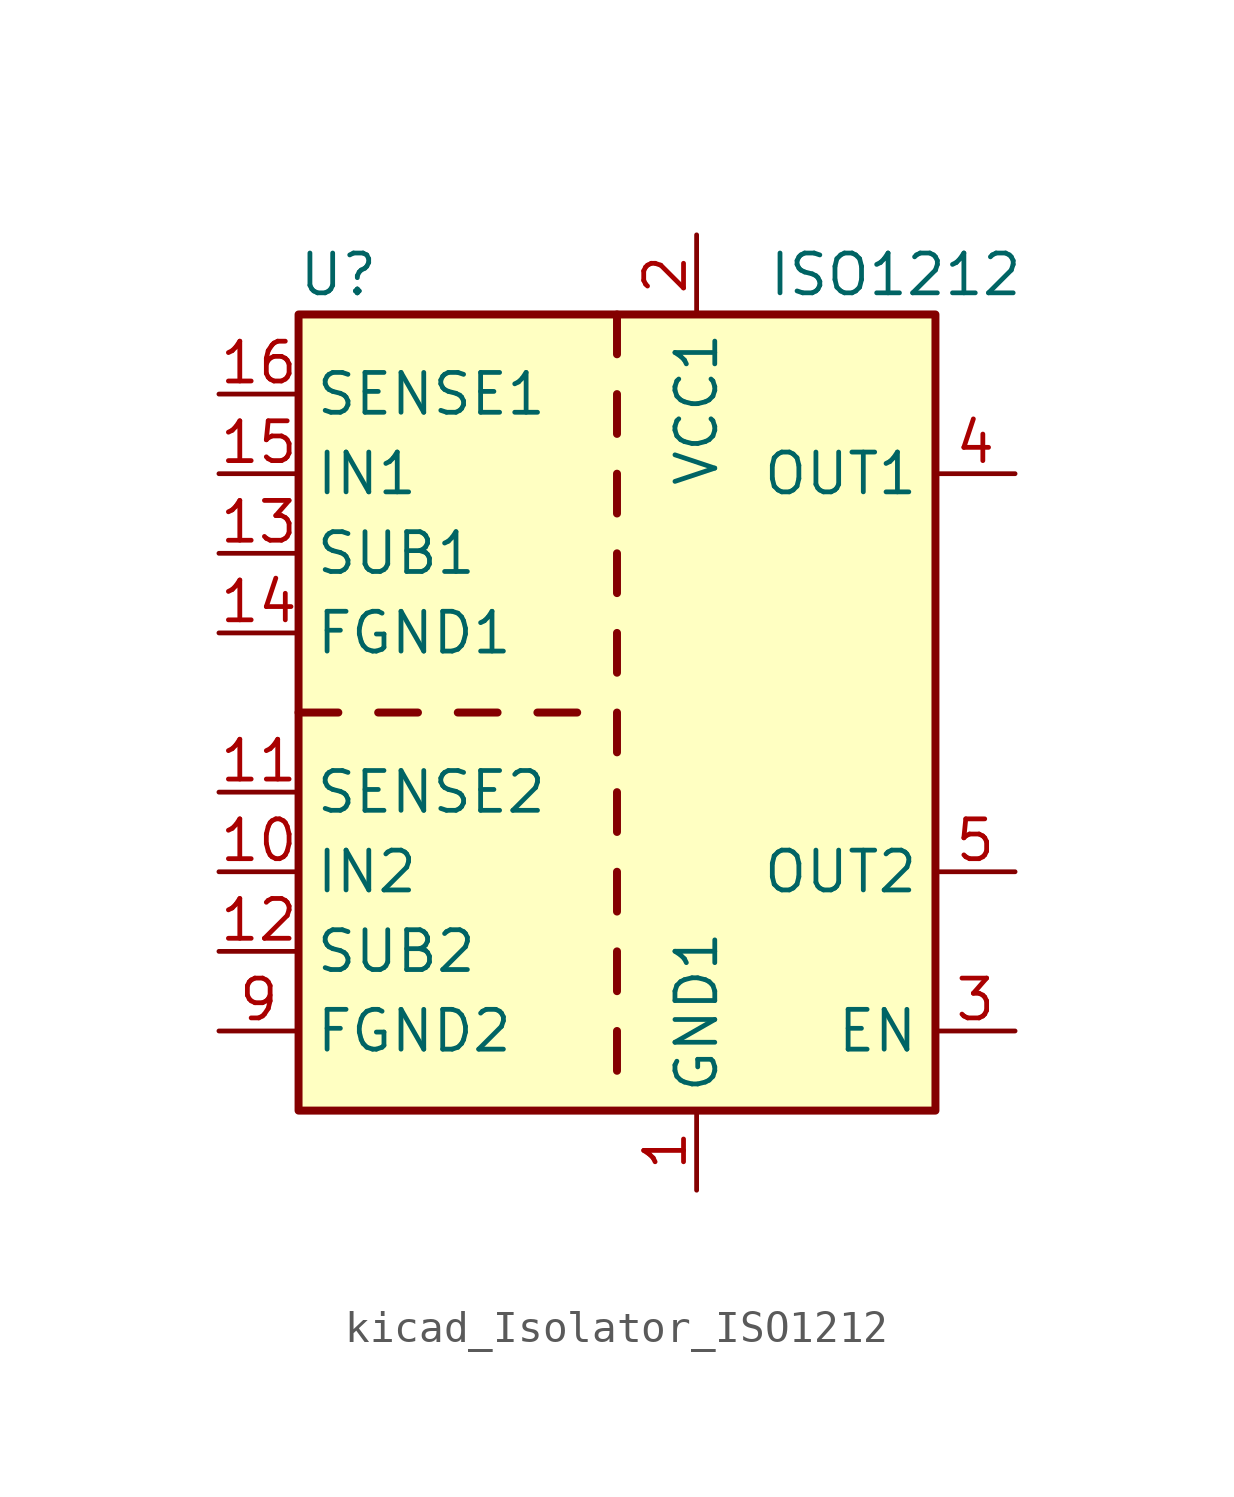
<source format=kicad_sym>
(kicad_symbol_lib
  (version 20220914)
  (generator kicad_symbol_editor)
  (symbol "kicad_Isolator_ISO1212"
    (property "Reference" "U"
      (at -8.89 13.97 0)
      (effects (font (size 1.27 1.27))))
    (property "Value" "ISO1212"
      (at 8.89 13.97 0)
      (effects (font (size 1.27 1.27))))
    (symbol "kicad_Isolator_ISO1212_0_1"
      (rectangle (start -10.16 12.7) (end 10.16 -12.7) (stroke (width 0.254) (type default)) (fill (type background)))
      (polyline (pts (xy -8.89 0) (xy -10.16 0)) (stroke (width 0.254) (type default)) (fill (type none)))
      (polyline (pts (xy -6.35 0) (xy -7.62 0)) (stroke (width 0.254) (type default)) (fill (type none)))
      (polyline (pts (xy -3.81 0) (xy -5.08 0)) (stroke (width 0.254) (type default)) (fill (type none)))
      (polyline (pts (xy -1.27 0) (xy -2.54 0)) (stroke (width 0.254) (type default)) (fill (type none)))
      (polyline (pts (xy 0 -10.16) (xy 0 -11.43)) (stroke (width 0.254) (type default)) (fill (type none)))
      (polyline (pts (xy 0 -7.62) (xy 0 -8.89)) (stroke (width 0.254) (type default)) (fill (type none)))
      (polyline (pts (xy 0 -6.35) (xy 0 -5.08)) (stroke (width 0.254) (type default)) (fill (type none)))
      (polyline (pts (xy 0 -3.81) (xy 0 -2.54)) (stroke (width 0.254) (type default)) (fill (type none)))
      (polyline (pts (xy 0 -1.27) (xy 0 0)) (stroke (width 0.254) (type default)) (fill (type none)))
      (polyline (pts (xy 0 1.27) (xy 0 2.54)) (stroke (width 0.254) (type default)) (fill (type none)))
      (polyline (pts (xy 0 3.81) (xy 0 5.08)) (stroke (width 0.254) (type default)) (fill (type none)))
      (polyline (pts (xy 0 6.35) (xy 0 7.62)) (stroke (width 0.254) (type default)) (fill (type none)))
      (polyline (pts (xy 0 8.89) (xy 0 10.16)) (stroke (width 0.254) (type default)) (fill (type none)))
      (polyline (pts (xy 0 11.43) (xy 0 12.7)) (stroke (width 0.254) (type default)) (fill (type none))))
    (symbol "kicad_Isolator_ISO1212_1_1"
      (pin power_in line (at 2.54 -15.24 90) (length 2.54) (name "GND1" (effects (font (size 1.27 1.27)))) (number "1" (effects (font (size 1.27 1.27)))))
      (pin input line (at -12.7 -5.08 0) (length 2.54) (name "IN2" (effects (font (size 1.27 1.27)))) (number "10" (effects (font (size 1.27 1.27)))))
      (pin input line (at -12.7 -2.54 0) (length 2.54) (name "SENSE2" (effects (font (size 1.27 1.27)))) (number "11" (effects (font (size 1.27 1.27)))))
      (pin passive line (at -12.7 -7.62 0) (length 2.54) (name "SUB2" (effects (font (size 1.27 1.27)))) (number "12" (effects (font (size 1.27 1.27)))))
      (pin passive line (at -12.7 5.08 0) (length 2.54) (name "SUB1" (effects (font (size 1.27 1.27)))) (number "13" (effects (font (size 1.27 1.27)))))
      (pin power_in line (at -12.7 2.54 0) (length 2.54) (name "FGND1" (effects (font (size 1.27 1.27)))) (number "14" (effects (font (size 1.27 1.27)))))
      (pin input line (at -12.7 7.62 0) (length 2.54) (name "IN1" (effects (font (size 1.27 1.27)))) (number "15" (effects (font (size 1.27 1.27)))))
      (pin input line (at -12.7 10.16 0) (length 2.54) (name "SENSE1" (effects (font (size 1.27 1.27)))) (number "16" (effects (font (size 1.27 1.27)))))
      (pin power_in line (at 2.54 15.24 270) (length 2.54) (name "VCC1" (effects (font (size 1.27 1.27)))) (number "2" (effects (font (size 1.27 1.27)))))
      (pin input line (at 12.7 -10.16 180) (length 2.54) (name "EN" (effects (font (size 1.27 1.27)))) (number "3" (effects (font (size 1.27 1.27)))))
      (pin tri_state line (at 12.7 7.62 180) (length 2.54) (name "OUT1" (effects (font (size 1.27 1.27)))) (number "4" (effects (font (size 1.27 1.27)))))
      (pin tri_state line (at 12.7 -5.08 180) (length 2.54) (name "OUT2" (effects (font (size 1.27 1.27)))) (number "5" (effects (font (size 1.27 1.27)))))
      (pin no_connect line (at 10.16 2.54 180) (length 2.54) hide (name "NC" (effects (font (size 1.27 1.27)))) (number "6" (effects (font (size 1.27 1.27)))))
      (pin no_connect line (at 10.16 0 180) (length 2.54) hide (name "NC" (effects (font (size 1.27 1.27)))) (number "7" (effects (font (size 1.27 1.27)))))
      (pin passive line (at 2.54 -15.24 90) (length 2.54) hide (name "GND1" (effects (font (size 1.27 1.27)))) (number "8" (effects (font (size 1.27 1.27)))))
      (pin power_in line (at -12.7 -10.16 0) (length 2.54) (name "FGND2" (effects (font (size 1.27 1.27)))) (number "9" (effects (font (size 1.27 1.27))))))))
</source>
